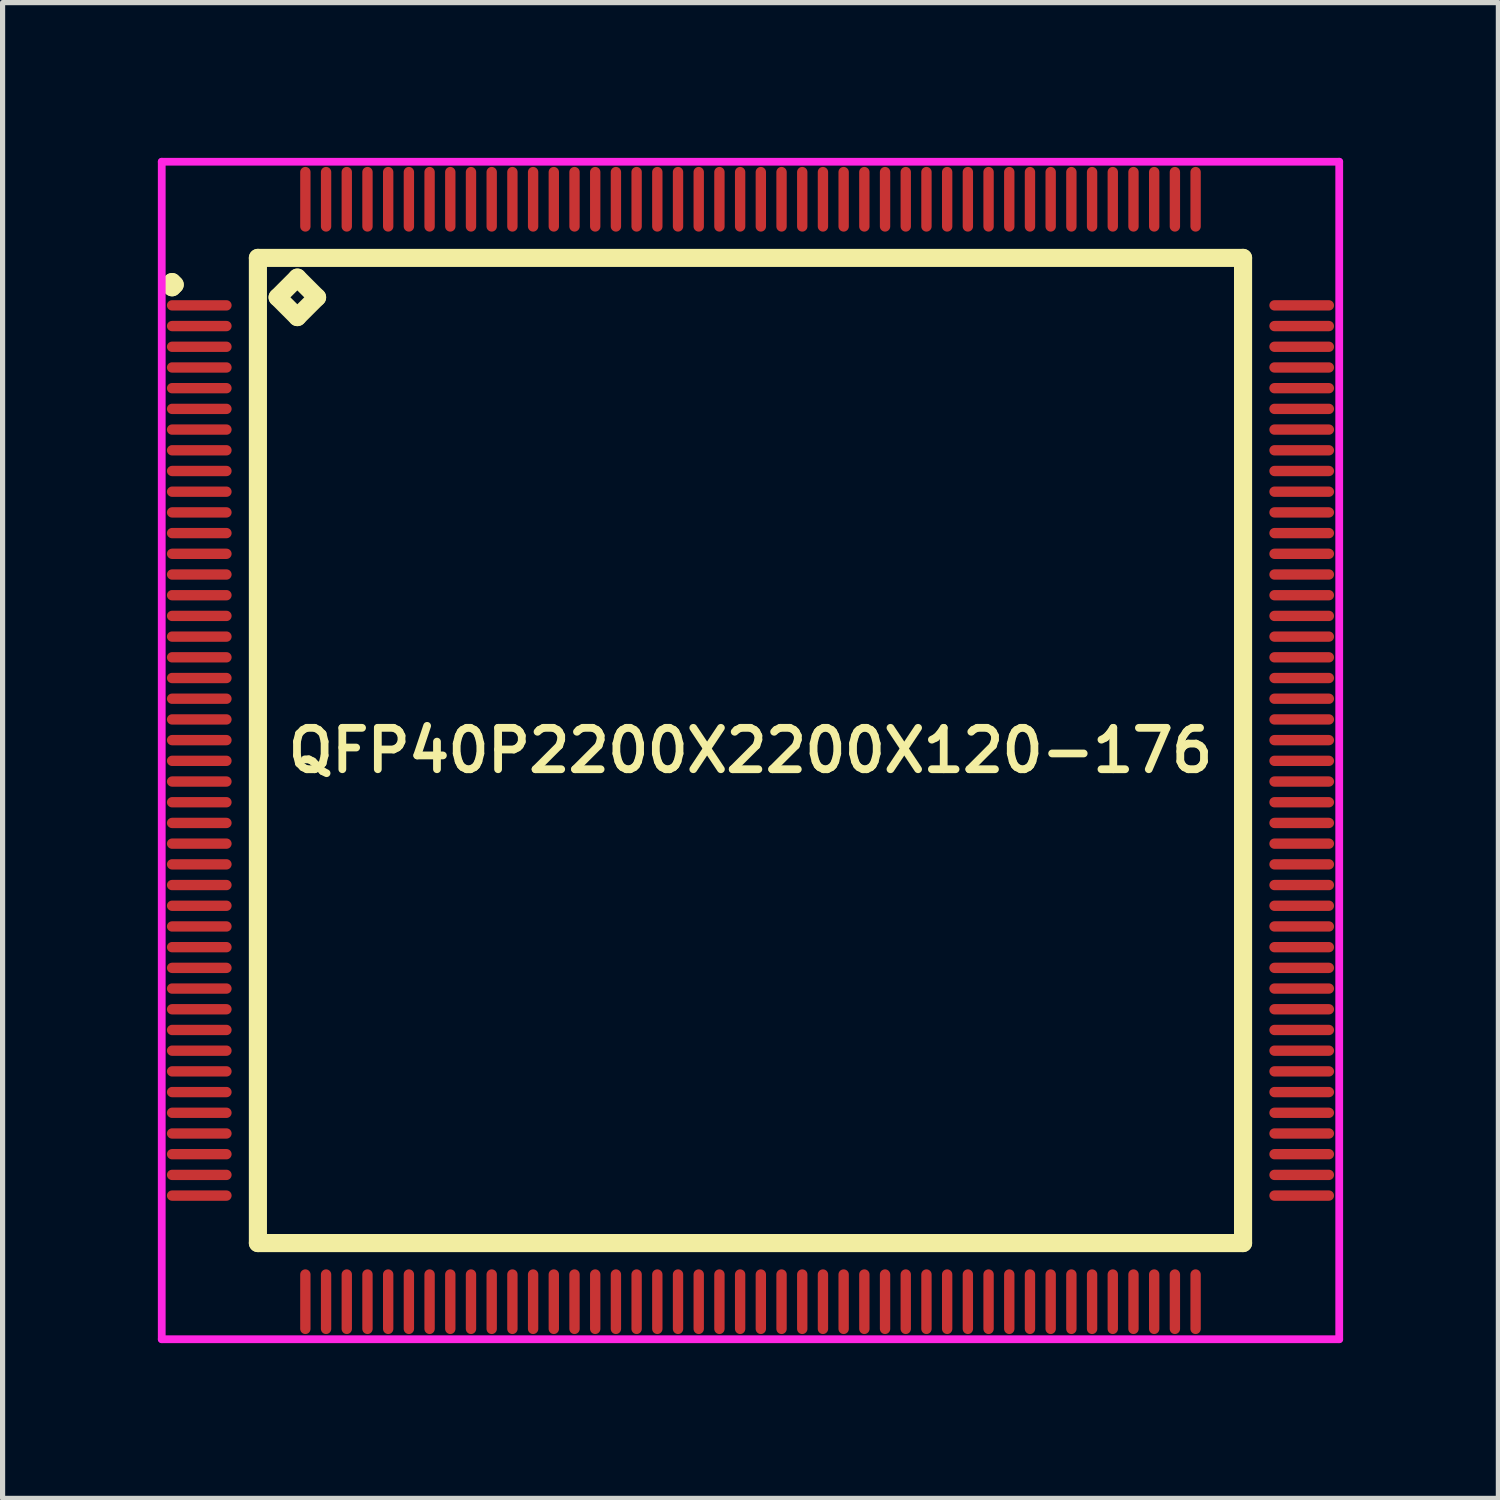
<source format=kicad_pcb>
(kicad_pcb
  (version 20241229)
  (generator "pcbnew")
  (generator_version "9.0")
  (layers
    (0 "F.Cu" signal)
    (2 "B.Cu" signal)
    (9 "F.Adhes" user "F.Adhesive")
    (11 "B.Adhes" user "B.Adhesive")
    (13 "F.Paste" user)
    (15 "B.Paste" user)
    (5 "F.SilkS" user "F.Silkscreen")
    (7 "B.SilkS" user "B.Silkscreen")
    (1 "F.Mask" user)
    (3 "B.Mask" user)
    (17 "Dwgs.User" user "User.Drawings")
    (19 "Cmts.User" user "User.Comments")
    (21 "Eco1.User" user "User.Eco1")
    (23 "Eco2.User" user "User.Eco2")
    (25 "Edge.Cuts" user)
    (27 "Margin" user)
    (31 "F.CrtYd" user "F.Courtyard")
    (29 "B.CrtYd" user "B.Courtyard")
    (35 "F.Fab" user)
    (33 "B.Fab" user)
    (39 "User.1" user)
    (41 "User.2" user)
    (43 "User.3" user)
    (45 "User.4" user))
  (footprint "QFP40P2200X2200X120-176"
    (layer "F.Cu")
    (at 11.45 11.45)
    (property "Reference" "QFP40P2200X2200X120-176" (at 0 0 0) (layer "F.SilkS") (effects (font (size 0.8 0.8) (thickness 0.15))))
    (attr smd)
    (fp_line (start -11.225 -9) (end -11.175 -9.05) (stroke (width 0.35) (type solid)) (layer "F.SilkS"))
    (fp_line (start -11.175 -9.05) (end -11.125 -9) (stroke (width 0.35) (type solid)) (layer "F.SilkS"))
    (fp_line (start -11.175 -8.95) (end -11.225 -9) (stroke (width 0.35) (type solid)) (layer "F.SilkS"))
    (fp_line (start -11.125 -9) (end -11.175 -8.95) (stroke (width 0.35) (type solid)) (layer "F.SilkS"))
    (fp_line (start -9.517 -9.517) (end -9.517 9.517) (stroke (width 0.35) (type solid)) (layer "F.SilkS"))
    (fp_line (start -9.517 9.517) (end 9.517 9.517) (stroke (width 0.35) (type solid)) (layer "F.SilkS"))
    (fp_line (start -9.136 -8.755) (end -8.755 -9.136) (stroke (width 0.35) (type solid)) (layer "F.SilkS"))
    (fp_line (start -8.755 -9.136) (end -8.374 -8.755) (stroke (width 0.35) (type solid)) (layer "F.SilkS"))
    (fp_line (start -8.755 -8.374) (end -9.136 -8.755) (stroke (width 0.35) (type solid)) (layer "F.SilkS"))
    (fp_line (start -8.374 -8.755) (end -8.755 -8.374) (stroke (width 0.35) (type solid)) (layer "F.SilkS"))
    (fp_line (start 9.517 -9.517) (end -9.517 -9.517) (stroke (width 0.35) (type solid)) (layer "F.SilkS"))
    (fp_line (start 9.517 9.517) (end 9.517 -9.517) (stroke (width 0.35) (type solid)) (layer "F.SilkS"))
    (fp_line (start -11.375 -11.375) (end 11.375 -11.375) (stroke (width 0.15) (type solid)) (layer "F.CrtYd"))
    (fp_line (start -11.375 11.375) (end -11.375 -11.375) (stroke (width 0.15) (type solid)) (layer "F.CrtYd"))
    (fp_line (start 11.375 -11.375) (end 11.375 11.375) (stroke (width 0.15) (type solid)) (layer "F.CrtYd"))
    (fp_line (start 11.375 11.375) (end -11.375 11.375) (stroke (width 0.15) (type solid)) (layer "F.CrtYd"))
    (pad "1" smd oval (at -10.65 -8.6) (size 1.25 0.2) (layers "F.Cu" "F.Mask" "F.Paste"))
    (pad "2" smd oval (at -10.65 -8.2) (size 1.25 0.2) (layers "F.Cu" "F.Mask" "F.Paste"))
    (pad "3" smd oval (at -10.65 -7.8) (size 1.25 0.2) (layers "F.Cu" "F.Mask" "F.Paste"))
    (pad "4" smd oval (at -10.65 -7.4) (size 1.25 0.2) (layers "F.Cu" "F.Mask" "F.Paste"))
    (pad "5" smd oval (at -10.65 -7) (size 1.25 0.2) (layers "F.Cu" "F.Mask" "F.Paste"))
    (pad "6" smd oval (at -10.65 -6.6) (size 1.25 0.2) (layers "F.Cu" "F.Mask" "F.Paste"))
    (pad "7" smd oval (at -10.65 -6.2) (size 1.25 0.2) (layers "F.Cu" "F.Mask" "F.Paste"))
    (pad "8" smd oval (at -10.65 -5.8) (size 1.25 0.2) (layers "F.Cu" "F.Mask" "F.Paste"))
    (pad "9" smd oval (at -10.65 -5.4) (size 1.25 0.2) (layers "F.Cu" "F.Mask" "F.Paste"))
    (pad "10" smd oval (at -10.65 -5) (size 1.25 0.2) (layers "F.Cu" "F.Mask" "F.Paste"))
    (pad "11" smd oval (at -10.65 -4.6) (size 1.25 0.2) (layers "F.Cu" "F.Mask" "F.Paste"))
    (pad "12" smd oval (at -10.65 -4.2) (size 1.25 0.2) (layers "F.Cu" "F.Mask" "F.Paste"))
    (pad "13" smd oval (at -10.65 -3.8) (size 1.25 0.2) (layers "F.Cu" "F.Mask" "F.Paste"))
    (pad "14" smd oval (at -10.65 -3.4) (size 1.25 0.2) (layers "F.Cu" "F.Mask" "F.Paste"))
    (pad "15" smd oval (at -10.65 -3) (size 1.25 0.2) (layers "F.Cu" "F.Mask" "F.Paste"))
    (pad "16" smd oval (at -10.65 -2.6) (size 1.25 0.2) (layers "F.Cu" "F.Mask" "F.Paste"))
    (pad "17" smd oval (at -10.65 -2.2) (size 1.25 0.2) (layers "F.Cu" "F.Mask" "F.Paste"))
    (pad "18" smd oval (at -10.65 -1.8) (size 1.25 0.2) (layers "F.Cu" "F.Mask" "F.Paste"))
    (pad "19" smd oval (at -10.65 -1.4) (size 1.25 0.2) (layers "F.Cu" "F.Mask" "F.Paste"))
    (pad "20" smd oval (at -10.65 -1) (size 1.25 0.2) (layers "F.Cu" "F.Mask" "F.Paste"))
    (pad "21" smd oval (at -10.65 -0.6) (size 1.25 0.2) (layers "F.Cu" "F.Mask" "F.Paste"))
    (pad "22" smd oval (at -10.65 -0.2) (size 1.25 0.2) (layers "F.Cu" "F.Mask" "F.Paste"))
    (pad "23" smd oval (at -10.65 0.2) (size 1.25 0.2) (layers "F.Cu" "F.Mask" "F.Paste"))
    (pad "24" smd oval (at -10.65 0.6) (size 1.25 0.2) (layers "F.Cu" "F.Mask" "F.Paste"))
    (pad "25" smd oval (at -10.65 1) (size 1.25 0.2) (layers "F.Cu" "F.Mask" "F.Paste"))
    (pad "26" smd oval (at -10.65 1.4) (size 1.25 0.2) (layers "F.Cu" "F.Mask" "F.Paste"))
    (pad "27" smd oval (at -10.65 1.8) (size 1.25 0.2) (layers "F.Cu" "F.Mask" "F.Paste"))
    (pad "28" smd oval (at -10.65 2.2) (size 1.25 0.2) (layers "F.Cu" "F.Mask" "F.Paste"))
    (pad "29" smd oval (at -10.65 2.6) (size 1.25 0.2) (layers "F.Cu" "F.Mask" "F.Paste"))
    (pad "30" smd oval (at -10.65 3) (size 1.25 0.2) (layers "F.Cu" "F.Mask" "F.Paste"))
    (pad "31" smd oval (at -10.65 3.4) (size 1.25 0.2) (layers "F.Cu" "F.Mask" "F.Paste"))
    (pad "32" smd oval (at -10.65 3.8) (size 1.25 0.2) (layers "F.Cu" "F.Mask" "F.Paste"))
    (pad "33" smd oval (at -10.65 4.2) (size 1.25 0.2) (layers "F.Cu" "F.Mask" "F.Paste"))
    (pad "34" smd oval (at -10.65 4.6) (size 1.25 0.2) (layers "F.Cu" "F.Mask" "F.Paste"))
    (pad "35" smd oval (at -10.65 5) (size 1.25 0.2) (layers "F.Cu" "F.Mask" "F.Paste"))
    (pad "36" smd oval (at -10.65 5.4) (size 1.25 0.2) (layers "F.Cu" "F.Mask" "F.Paste"))
    (pad "37" smd oval (at -10.65 5.8) (size 1.25 0.2) (layers "F.Cu" "F.Mask" "F.Paste"))
    (pad "38" smd oval (at -10.65 6.2) (size 1.25 0.2) (layers "F.Cu" "F.Mask" "F.Paste"))
    (pad "39" smd oval (at -10.65 6.6) (size 1.25 0.2) (layers "F.Cu" "F.Mask" "F.Paste"))
    (pad "40" smd oval (at -10.65 7) (size 1.25 0.2) (layers "F.Cu" "F.Mask" "F.Paste"))
    (pad "41" smd oval (at -10.65 7.4) (size 1.25 0.2) (layers "F.Cu" "F.Mask" "F.Paste"))
    (pad "42" smd oval (at -10.65 7.8) (size 1.25 0.2) (layers "F.Cu" "F.Mask" "F.Paste"))
    (pad "43" smd oval (at -10.65 8.2) (size 1.25 0.2) (layers "F.Cu" "F.Mask" "F.Paste"))
    (pad "44" smd oval (at -10.65 8.6) (size 1.25 0.2) (layers "F.Cu" "F.Mask" "F.Paste"))
    (pad "45" smd oval (at -8.6 10.65) (size 0.2 1.25) (layers "F.Cu" "F.Mask" "F.Paste"))
    (pad "46" smd oval (at -8.2 10.65) (size 0.2 1.25) (layers "F.Cu" "F.Mask" "F.Paste"))
    (pad "47" smd oval (at -7.8 10.65) (size 0.2 1.25) (layers "F.Cu" "F.Mask" "F.Paste"))
    (pad "48" smd oval (at -7.4 10.65) (size 0.2 1.25) (layers "F.Cu" "F.Mask" "F.Paste"))
    (pad "49" smd oval (at -7 10.65) (size 0.2 1.25) (layers "F.Cu" "F.Mask" "F.Paste"))
    (pad "50" smd oval (at -6.6 10.65) (size 0.2 1.25) (layers "F.Cu" "F.Mask" "F.Paste"))
    (pad "51" smd oval (at -6.2 10.65) (size 0.2 1.25) (layers "F.Cu" "F.Mask" "F.Paste"))
    (pad "52" smd oval (at -5.8 10.65) (size 0.2 1.25) (layers "F.Cu" "F.Mask" "F.Paste"))
    (pad "53" smd oval (at -5.4 10.65) (size 0.2 1.25) (layers "F.Cu" "F.Mask" "F.Paste"))
    (pad "54" smd oval (at -5 10.65) (size 0.2 1.25) (layers "F.Cu" "F.Mask" "F.Paste"))
    (pad "55" smd oval (at -4.6 10.65) (size 0.2 1.25) (layers "F.Cu" "F.Mask" "F.Paste"))
    (pad "56" smd oval (at -4.2 10.65) (size 0.2 1.25) (layers "F.Cu" "F.Mask" "F.Paste"))
    (pad "57" smd oval (at -3.8 10.65) (size 0.2 1.25) (layers "F.Cu" "F.Mask" "F.Paste"))
    (pad "58" smd oval (at -3.4 10.65) (size 0.2 1.25) (layers "F.Cu" "F.Mask" "F.Paste"))
    (pad "59" smd oval (at -3 10.65) (size 0.2 1.25) (layers "F.Cu" "F.Mask" "F.Paste"))
    (pad "60" smd oval (at -2.6 10.65) (size 0.2 1.25) (layers "F.Cu" "F.Mask" "F.Paste"))
    (pad "61" smd oval (at -2.2 10.65) (size 0.2 1.25) (layers "F.Cu" "F.Mask" "F.Paste"))
    (pad "62" smd oval (at -1.8 10.65) (size 0.2 1.25) (layers "F.Cu" "F.Mask" "F.Paste"))
    (pad "63" smd oval (at -1.4 10.65) (size 0.2 1.25) (layers "F.Cu" "F.Mask" "F.Paste"))
    (pad "64" smd oval (at -1 10.65) (size 0.2 1.25) (layers "F.Cu" "F.Mask" "F.Paste"))
    (pad "65" smd oval (at -0.6 10.65) (size 0.2 1.25) (layers "F.Cu" "F.Mask" "F.Paste"))
    (pad "66" smd oval (at -0.2 10.65) (size 0.2 1.25) (layers "F.Cu" "F.Mask" "F.Paste"))
    (pad "67" smd oval (at 0.2 10.65) (size 0.2 1.25) (layers "F.Cu" "F.Mask" "F.Paste"))
    (pad "68" smd oval (at 0.6 10.65) (size 0.2 1.25) (layers "F.Cu" "F.Mask" "F.Paste"))
    (pad "69" smd oval (at 1 10.65) (size 0.2 1.25) (layers "F.Cu" "F.Mask" "F.Paste"))
    (pad "70" smd oval (at 1.4 10.65) (size 0.2 1.25) (layers "F.Cu" "F.Mask" "F.Paste"))
    (pad "71" smd oval (at 1.8 10.65) (size 0.2 1.25) (layers "F.Cu" "F.Mask" "F.Paste"))
    (pad "72" smd oval (at 2.2 10.65) (size 0.2 1.25) (layers "F.Cu" "F.Mask" "F.Paste"))
    (pad "73" smd oval (at 2.6 10.65) (size 0.2 1.25) (layers "F.Cu" "F.Mask" "F.Paste"))
    (pad "74" smd oval (at 3 10.65) (size 0.2 1.25) (layers "F.Cu" "F.Mask" "F.Paste"))
    (pad "75" smd oval (at 3.4 10.65) (size 0.2 1.25) (layers "F.Cu" "F.Mask" "F.Paste"))
    (pad "76" smd oval (at 3.8 10.65) (size 0.2 1.25) (layers "F.Cu" "F.Mask" "F.Paste"))
    (pad "77" smd oval (at 4.2 10.65) (size 0.2 1.25) (layers "F.Cu" "F.Mask" "F.Paste"))
    (pad "78" smd oval (at 4.6 10.65) (size 0.2 1.25) (layers "F.Cu" "F.Mask" "F.Paste"))
    (pad "79" smd oval (at 5 10.65) (size 0.2 1.25) (layers "F.Cu" "F.Mask" "F.Paste"))
    (pad "80" smd oval (at 5.4 10.65) (size 0.2 1.25) (layers "F.Cu" "F.Mask" "F.Paste"))
    (pad "81" smd oval (at 5.8 10.65) (size 0.2 1.25) (layers "F.Cu" "F.Mask" "F.Paste"))
    (pad "82" smd oval (at 6.2 10.65) (size 0.2 1.25) (layers "F.Cu" "F.Mask" "F.Paste"))
    (pad "83" smd oval (at 6.6 10.65) (size 0.2 1.25) (layers "F.Cu" "F.Mask" "F.Paste"))
    (pad "84" smd oval (at 7 10.65) (size 0.2 1.25) (layers "F.Cu" "F.Mask" "F.Paste"))
    (pad "85" smd oval (at 7.4 10.65) (size 0.2 1.25) (layers "F.Cu" "F.Mask" "F.Paste"))
    (pad "86" smd oval (at 7.8 10.65) (size 0.2 1.25) (layers "F.Cu" "F.Mask" "F.Paste"))
    (pad "87" smd oval (at 8.2 10.65) (size 0.2 1.25) (layers "F.Cu" "F.Mask" "F.Paste"))
    (pad "88" smd oval (at 8.6 10.65) (size 0.2 1.25) (layers "F.Cu" "F.Mask" "F.Paste"))
    (pad "89" smd oval (at 10.65 8.6) (size 1.25 0.2) (layers "F.Cu" "F.Mask" "F.Paste"))
    (pad "90" smd oval (at 10.65 8.2) (size 1.25 0.2) (layers "F.Cu" "F.Mask" "F.Paste"))
    (pad "91" smd oval (at 10.65 7.8) (size 1.25 0.2) (layers "F.Cu" "F.Mask" "F.Paste"))
    (pad "92" smd oval (at 10.65 7.4) (size 1.25 0.2) (layers "F.Cu" "F.Mask" "F.Paste"))
    (pad "93" smd oval (at 10.65 7) (size 1.25 0.2) (layers "F.Cu" "F.Mask" "F.Paste"))
    (pad "94" smd oval (at 10.65 6.6) (size 1.25 0.2) (layers "F.Cu" "F.Mask" "F.Paste"))
    (pad "95" smd oval (at 10.65 6.2) (size 1.25 0.2) (layers "F.Cu" "F.Mask" "F.Paste"))
    (pad "96" smd oval (at 10.65 5.8) (size 1.25 0.2) (layers "F.Cu" "F.Mask" "F.Paste"))
    (pad "97" smd oval (at 10.65 5.4) (size 1.25 0.2) (layers "F.Cu" "F.Mask" "F.Paste"))
    (pad "98" smd oval (at 10.65 5) (size 1.25 0.2) (layers "F.Cu" "F.Mask" "F.Paste"))
    (pad "99" smd oval (at 10.65 4.6) (size 1.25 0.2) (layers "F.Cu" "F.Mask" "F.Paste"))
    (pad "100" smd oval (at 10.65 4.2) (size 1.25 0.2) (layers "F.Cu" "F.Mask" "F.Paste"))
    (pad "101" smd oval (at 10.65 3.8) (size 1.25 0.2) (layers "F.Cu" "F.Mask" "F.Paste"))
    (pad "102" smd oval (at 10.65 3.4) (size 1.25 0.2) (layers "F.Cu" "F.Mask" "F.Paste"))
    (pad "103" smd oval (at 10.65 3) (size 1.25 0.2) (layers "F.Cu" "F.Mask" "F.Paste"))
    (pad "104" smd oval (at 10.65 2.6) (size 1.25 0.2) (layers "F.Cu" "F.Mask" "F.Paste"))
    (pad "105" smd oval (at 10.65 2.2) (size 1.25 0.2) (layers "F.Cu" "F.Mask" "F.Paste"))
    (pad "106" smd oval (at 10.65 1.8) (size 1.25 0.2) (layers "F.Cu" "F.Mask" "F.Paste"))
    (pad "107" smd oval (at 10.65 1.4) (size 1.25 0.2) (layers "F.Cu" "F.Mask" "F.Paste"))
    (pad "108" smd oval (at 10.65 1) (size 1.25 0.2) (layers "F.Cu" "F.Mask" "F.Paste"))
    (pad "109" smd oval (at 10.65 0.6) (size 1.25 0.2) (layers "F.Cu" "F.Mask" "F.Paste"))
    (pad "110" smd oval (at 10.65 0.2) (size 1.25 0.2) (layers "F.Cu" "F.Mask" "F.Paste"))
    (pad "111" smd oval (at 10.65 -0.2) (size 1.25 0.2) (layers "F.Cu" "F.Mask" "F.Paste"))
    (pad "112" smd oval (at 10.65 -0.6) (size 1.25 0.2) (layers "F.Cu" "F.Mask" "F.Paste"))
    (pad "113" smd oval (at 10.65 -1) (size 1.25 0.2) (layers "F.Cu" "F.Mask" "F.Paste"))
    (pad "114" smd oval (at 10.65 -1.4) (size 1.25 0.2) (layers "F.Cu" "F.Mask" "F.Paste"))
    (pad "115" smd oval (at 10.65 -1.8) (size 1.25 0.2) (layers "F.Cu" "F.Mask" "F.Paste"))
    (pad "116" smd oval (at 10.65 -2.2) (size 1.25 0.2) (layers "F.Cu" "F.Mask" "F.Paste"))
    (pad "117" smd oval (at 10.65 -2.6) (size 1.25 0.2) (layers "F.Cu" "F.Mask" "F.Paste"))
    (pad "118" smd oval (at 10.65 -3) (size 1.25 0.2) (layers "F.Cu" "F.Mask" "F.Paste"))
    (pad "119" smd oval (at 10.65 -3.4) (size 1.25 0.2) (layers "F.Cu" "F.Mask" "F.Paste"))
    (pad "120" smd oval (at 10.65 -3.8) (size 1.25 0.2) (layers "F.Cu" "F.Mask" "F.Paste"))
    (pad "121" smd oval (at 10.65 -4.2) (size 1.25 0.2) (layers "F.Cu" "F.Mask" "F.Paste"))
    (pad "122" smd oval (at 10.65 -4.6) (size 1.25 0.2) (layers "F.Cu" "F.Mask" "F.Paste"))
    (pad "123" smd oval (at 10.65 -5) (size 1.25 0.2) (layers "F.Cu" "F.Mask" "F.Paste"))
    (pad "124" smd oval (at 10.65 -5.4) (size 1.25 0.2) (layers "F.Cu" "F.Mask" "F.Paste"))
    (pad "125" smd oval (at 10.65 -5.8) (size 1.25 0.2) (layers "F.Cu" "F.Mask" "F.Paste"))
    (pad "126" smd oval (at 10.65 -6.2) (size 1.25 0.2) (layers "F.Cu" "F.Mask" "F.Paste"))
    (pad "127" smd oval (at 10.65 -6.6) (size 1.25 0.2) (layers "F.Cu" "F.Mask" "F.Paste"))
    (pad "128" smd oval (at 10.65 -7) (size 1.25 0.2) (layers "F.Cu" "F.Mask" "F.Paste"))
    (pad "129" smd oval (at 10.65 -7.4) (size 1.25 0.2) (layers "F.Cu" "F.Mask" "F.Paste"))
    (pad "130" smd oval (at 10.65 -7.8) (size 1.25 0.2) (layers "F.Cu" "F.Mask" "F.Paste"))
    (pad "131" smd oval (at 10.65 -8.2) (size 1.25 0.2) (layers "F.Cu" "F.Mask" "F.Paste"))
    (pad "132" smd oval (at 10.65 -8.6) (size 1.25 0.2) (layers "F.Cu" "F.Mask" "F.Paste"))
    (pad "133" smd oval (at 8.6 -10.65) (size 0.2 1.25) (layers "F.Cu" "F.Mask" "F.Paste"))
    (pad "134" smd oval (at 8.2 -10.65) (size 0.2 1.25) (layers "F.Cu" "F.Mask" "F.Paste"))
    (pad "135" smd oval (at 7.8 -10.65) (size 0.2 1.25) (layers "F.Cu" "F.Mask" "F.Paste"))
    (pad "136" smd oval (at 7.4 -10.65) (size 0.2 1.25) (layers "F.Cu" "F.Mask" "F.Paste"))
    (pad "137" smd oval (at 7 -10.65) (size 0.2 1.25) (layers "F.Cu" "F.Mask" "F.Paste"))
    (pad "138" smd oval (at 6.6 -10.65) (size 0.2 1.25) (layers "F.Cu" "F.Mask" "F.Paste"))
    (pad "139" smd oval (at 6.2 -10.65) (size 0.2 1.25) (layers "F.Cu" "F.Mask" "F.Paste"))
    (pad "140" smd oval (at 5.8 -10.65) (size 0.2 1.25) (layers "F.Cu" "F.Mask" "F.Paste"))
    (pad "141" smd oval (at 5.4 -10.65) (size 0.2 1.25) (layers "F.Cu" "F.Mask" "F.Paste"))
    (pad "142" smd oval (at 5 -10.65) (size 0.2 1.25) (layers "F.Cu" "F.Mask" "F.Paste"))
    (pad "143" smd oval (at 4.6 -10.65) (size 0.2 1.25) (layers "F.Cu" "F.Mask" "F.Paste"))
    (pad "144" smd oval (at 4.2 -10.65) (size 0.2 1.25) (layers "F.Cu" "F.Mask" "F.Paste"))
    (pad "145" smd oval (at 3.8 -10.65) (size 0.2 1.25) (layers "F.Cu" "F.Mask" "F.Paste"))
    (pad "146" smd oval (at 3.4 -10.65) (size 0.2 1.25) (layers "F.Cu" "F.Mask" "F.Paste"))
    (pad "147" smd oval (at 3 -10.65) (size 0.2 1.25) (layers "F.Cu" "F.Mask" "F.Paste"))
    (pad "148" smd oval (at 2.6 -10.65) (size 0.2 1.25) (layers "F.Cu" "F.Mask" "F.Paste"))
    (pad "149" smd oval (at 2.2 -10.65) (size 0.2 1.25) (layers "F.Cu" "F.Mask" "F.Paste"))
    (pad "150" smd oval (at 1.8 -10.65) (size 0.2 1.25) (layers "F.Cu" "F.Mask" "F.Paste"))
    (pad "151" smd oval (at 1.4 -10.65) (size 0.2 1.25) (layers "F.Cu" "F.Mask" "F.Paste"))
    (pad "152" smd oval (at 1 -10.65) (size 0.2 1.25) (layers "F.Cu" "F.Mask" "F.Paste"))
    (pad "153" smd oval (at 0.6 -10.65) (size 0.2 1.25) (layers "F.Cu" "F.Mask" "F.Paste"))
    (pad "154" smd oval (at 0.2 -10.65) (size 0.2 1.25) (layers "F.Cu" "F.Mask" "F.Paste"))
    (pad "155" smd oval (at -0.2 -10.65) (size 0.2 1.25) (layers "F.Cu" "F.Mask" "F.Paste"))
    (pad "156" smd oval (at -0.6 -10.65) (size 0.2 1.25) (layers "F.Cu" "F.Mask" "F.Paste"))
    (pad "157" smd oval (at -1 -10.65) (size 0.2 1.25) (layers "F.Cu" "F.Mask" "F.Paste"))
    (pad "158" smd oval (at -1.4 -10.65) (size 0.2 1.25) (layers "F.Cu" "F.Mask" "F.Paste"))
    (pad "159" smd oval (at -1.8 -10.65) (size 0.2 1.25) (layers "F.Cu" "F.Mask" "F.Paste"))
    (pad "160" smd oval (at -2.2 -10.65) (size 0.2 1.25) (layers "F.Cu" "F.Mask" "F.Paste"))
    (pad "161" smd oval (at -2.6 -10.65) (size 0.2 1.25) (layers "F.Cu" "F.Mask" "F.Paste"))
    (pad "162" smd oval (at -3 -10.65) (size 0.2 1.25) (layers "F.Cu" "F.Mask" "F.Paste"))
    (pad "163" smd oval (at -3.4 -10.65) (size 0.2 1.25) (layers "F.Cu" "F.Mask" "F.Paste"))
    (pad "164" smd oval (at -3.8 -10.65) (size 0.2 1.25) (layers "F.Cu" "F.Mask" "F.Paste"))
    (pad "165" smd oval (at -4.2 -10.65) (size 0.2 1.25) (layers "F.Cu" "F.Mask" "F.Paste"))
    (pad "166" smd oval (at -4.6 -10.65) (size 0.2 1.25) (layers "F.Cu" "F.Mask" "F.Paste"))
    (pad "167" smd oval (at -5 -10.65) (size 0.2 1.25) (layers "F.Cu" "F.Mask" "F.Paste"))
    (pad "168" smd oval (at -5.4 -10.65) (size 0.2 1.25) (layers "F.Cu" "F.Mask" "F.Paste"))
    (pad "169" smd oval (at -5.8 -10.65) (size 0.2 1.25) (layers "F.Cu" "F.Mask" "F.Paste"))
    (pad "170" smd oval (at -6.2 -10.65) (size 0.2 1.25) (layers "F.Cu" "F.Mask" "F.Paste"))
    (pad "171" smd oval (at -6.6 -10.65) (size 0.2 1.25) (layers "F.Cu" "F.Mask" "F.Paste"))
    (pad "172" smd oval (at -7 -10.65) (size 0.2 1.25) (layers "F.Cu" "F.Mask" "F.Paste"))
    (pad "173" smd oval (at -7.4 -10.65) (size 0.2 1.25) (layers "F.Cu" "F.Mask" "F.Paste"))
    (pad "174" smd oval (at -7.8 -10.65) (size 0.2 1.25) (layers "F.Cu" "F.Mask" "F.Paste"))
    (pad "175" smd oval (at -8.2 -10.65) (size 0.2 1.25) (layers "F.Cu" "F.Mask" "F.Paste"))
    (pad "176" smd oval (at -8.6 -10.65) (size 0.2 1.25) (layers "F.Cu" "F.Mask" "F.Paste")))
  (gr_rect
    (start -3 -3)
    (end 25.9 25.9)
    (stroke (width 0.1) (type default))
    (fill no)
    (layer "Edge.Cuts")))
</source>
